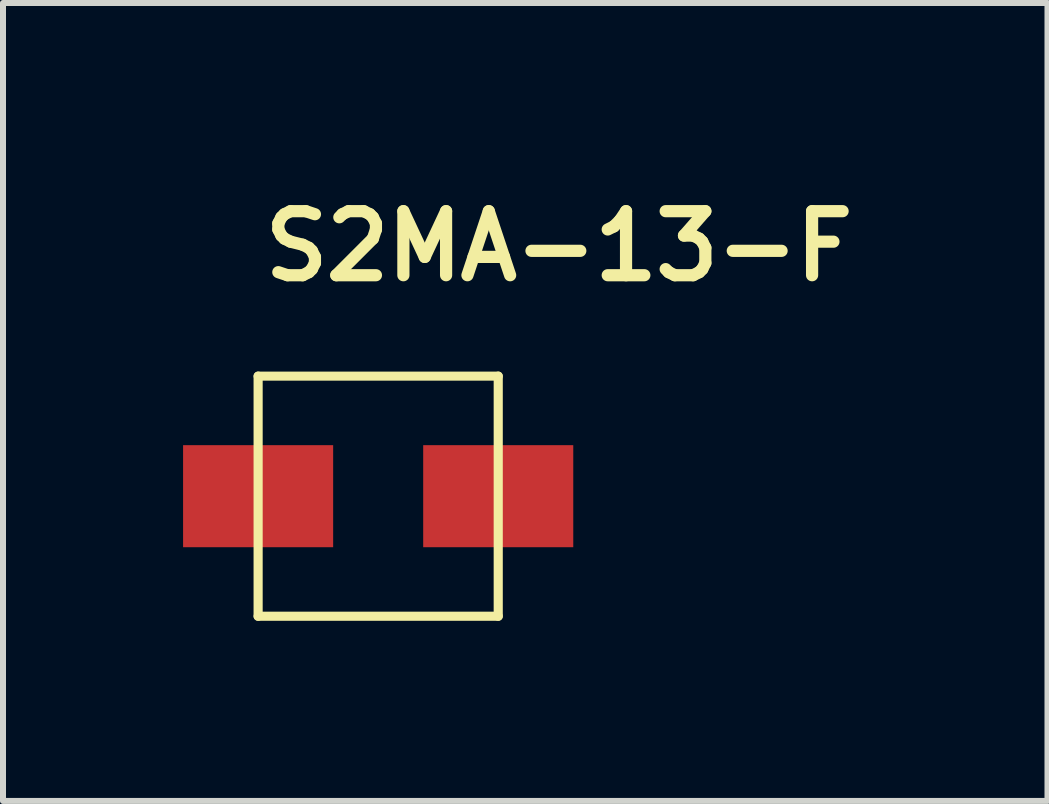
<source format=kicad_pcb>
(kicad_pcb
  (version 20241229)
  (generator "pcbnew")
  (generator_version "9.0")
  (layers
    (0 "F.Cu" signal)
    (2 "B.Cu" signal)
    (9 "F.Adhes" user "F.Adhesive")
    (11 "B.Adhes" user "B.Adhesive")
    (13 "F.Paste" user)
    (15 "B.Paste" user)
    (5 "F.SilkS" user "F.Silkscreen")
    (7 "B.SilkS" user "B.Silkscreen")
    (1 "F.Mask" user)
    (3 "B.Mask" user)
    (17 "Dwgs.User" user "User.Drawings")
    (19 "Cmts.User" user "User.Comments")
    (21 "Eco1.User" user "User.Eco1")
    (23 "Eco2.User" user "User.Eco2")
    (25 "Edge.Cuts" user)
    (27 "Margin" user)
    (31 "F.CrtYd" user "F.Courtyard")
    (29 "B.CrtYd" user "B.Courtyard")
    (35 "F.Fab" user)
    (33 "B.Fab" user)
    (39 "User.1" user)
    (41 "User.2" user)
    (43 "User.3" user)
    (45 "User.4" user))
  (footprint "S2MA-13-F"
    (layer "F.Cu")
    (at 3.25 5.216)
    (property "Reference" "S2MA-13-F" (at -2 -3.54 0) (unlocked yes) (layer "F.SilkS") (effects (font (size 1.067 1.067) (thickness 0.203)) (justify left bottom)))
    (fp_line (start -2 -2) (end 2 -2) (stroke (width 0.152) (type solid)) (layer "F.SilkS"))
    (fp_line (start -2 2) (end -2 -2) (stroke (width 0.152) (type solid)) (layer "F.SilkS"))
    (fp_line (start 2 -2) (end 2 2) (stroke (width 0.152) (type solid)) (layer "F.SilkS"))
    (fp_line (start 2 2) (end -2 2) (stroke (width 0.152) (type solid)) (layer "F.SilkS"))
    (pad "ANODE" smd rect (at -2 0) (size 2.5 1.7) (layers "F.Cu" "F.Mask" "F.Paste"))
    (pad "CATHODE" smd rect (at 2 0) (size 2.5 1.7) (layers "F.Cu" "F.Mask" "F.Paste")))
  (gr_rect
    (start -3 -3)
    (end 14.4 10.293)
    (stroke (width 0.1) (type default))
    (fill no)
    (layer "Edge.Cuts")))
</source>
